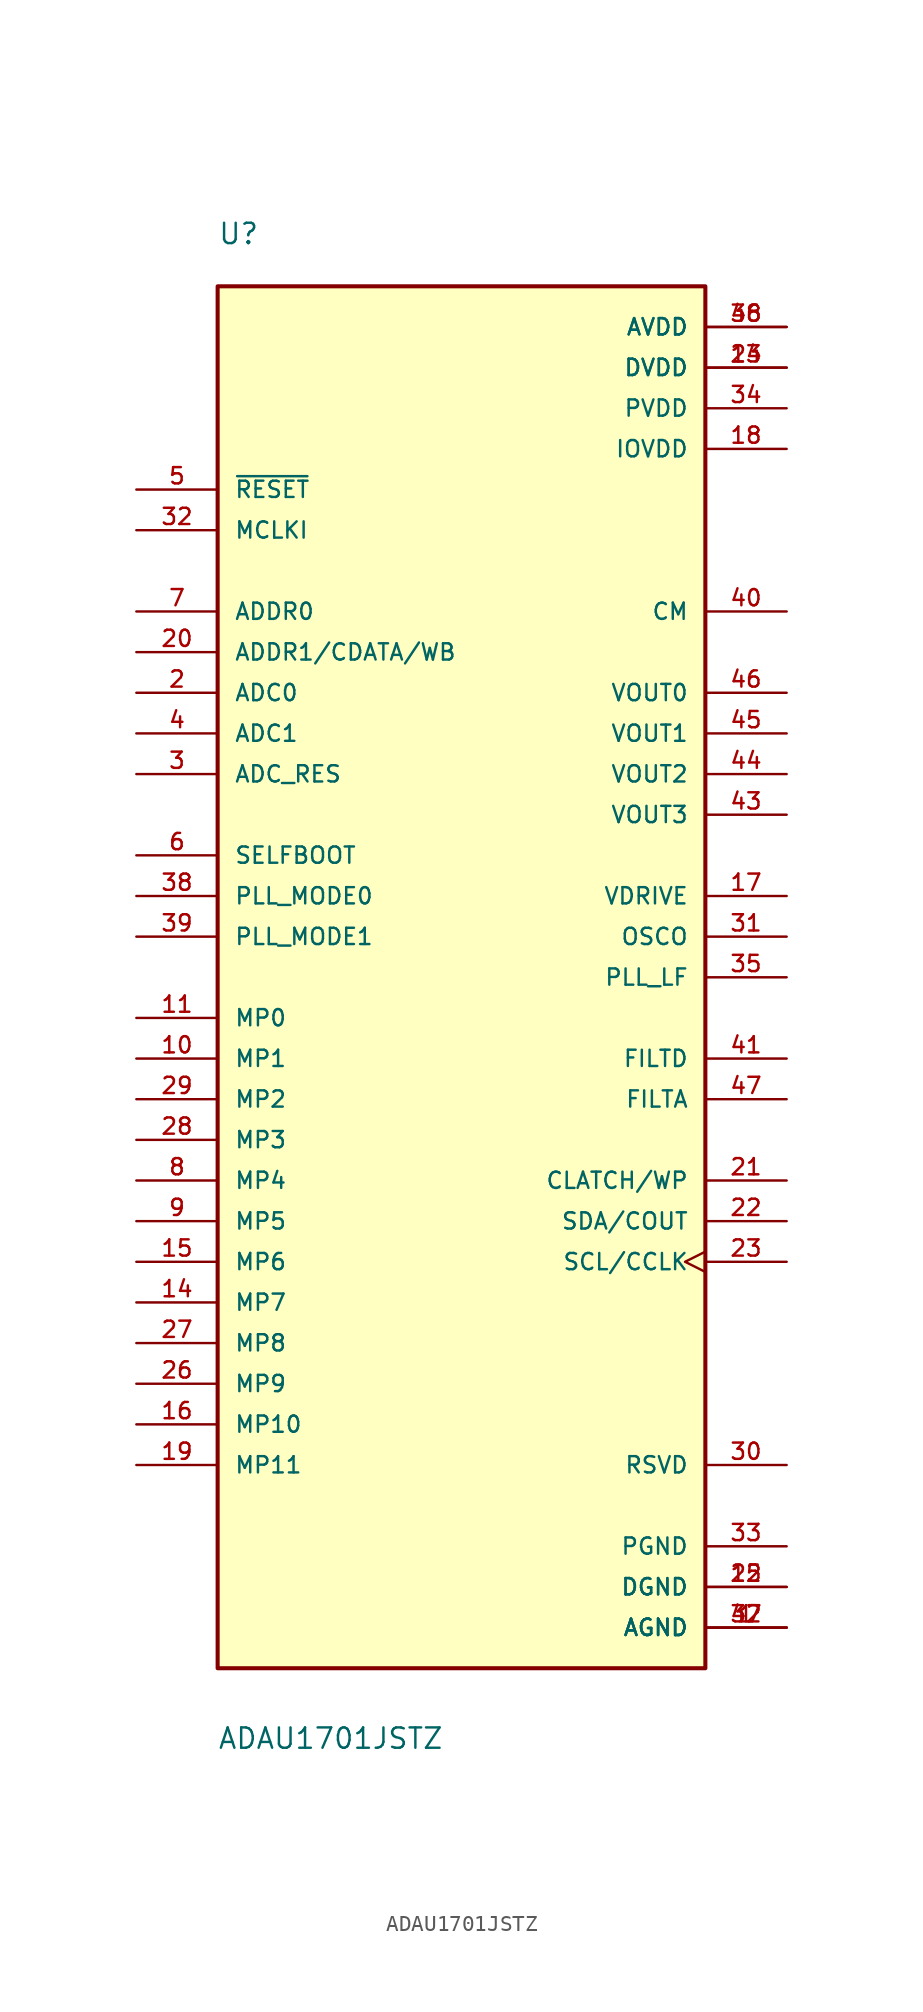
<source format=kicad_sym>
(kicad_symbol_lib
  (version 20211014)
  (generator kicad_symbol_editor)
  (symbol "ADAU1701JSTZ"
    (pin_names
      (offset 1.016))
    (property "Reference" "U"
      (at -15.24 45.72 0)
      (effects (font (size 1.27 1.27)) (justify bottom left)))
    (property "Value" "ADAU1701JSTZ"
      (at -15.26 -48.312 0)
      (effects (font (size 1.27 1.27)) (justify bottom left)))
    (symbol "ADAU1701JSTZ_0_0"
      (rectangle (start -15.24 -43.18) (end 15.24 43.18) (stroke (width 0.254)) (fill (type background)))
      (pin power_in line (at 20.32 40.64 180.0) (length 5.08) (name "AVDD" (effects (font (size 1.016 1.016)))) (number "36" (effects (font (size 1.016 1.016)))))
      (pin power_in line (at 20.32 40.64 180.0) (length 5.08) (name "AVDD" (effects (font (size 1.016 1.016)))) (number "48" (effects (font (size 1.016 1.016)))))
      (pin power_in line (at 20.32 -40.64 180.0) (length 5.08) (name "AGND" (effects (font (size 1.016 1.016)))) (number "1" (effects (font (size 1.016 1.016)))))
      (pin power_in line (at 20.32 -40.64 180.0) (length 5.08) (name "AGND" (effects (font (size 1.016 1.016)))) (number "37" (effects (font (size 1.016 1.016)))))
      (pin power_in line (at 20.32 -40.64 180.0) (length 5.08) (name "AGND" (effects (font (size 1.016 1.016)))) (number "42" (effects (font (size 1.016 1.016)))))
      (pin power_in line (at 20.32 -38.1 180.0) (length 5.08) (name "DGND" (effects (font (size 1.016 1.016)))) (number "12" (effects (font (size 1.016 1.016)))))
      (pin power_in line (at 20.32 -38.1 180.0) (length 5.08) (name "DGND" (effects (font (size 1.016 1.016)))) (number "25" (effects (font (size 1.016 1.016)))))
      (pin input line (at -20.32 17.78 0) (length 5.08) (name "ADC0" (effects (font (size 1.016 1.016)))) (number "2" (effects (font (size 1.016 1.016)))))
      (pin input line (at -20.32 12.7 0) (length 5.08) (name "ADC_RES" (effects (font (size 1.016 1.016)))) (number "3" (effects (font (size 1.016 1.016)))))
      (pin input line (at -20.32 15.24 0) (length 5.08) (name "ADC1" (effects (font (size 1.016 1.016)))) (number "4" (effects (font (size 1.016 1.016)))))
      (pin input line (at -20.32 30.48 0) (length 5.08) (name "~{RESET}" (effects (font (size 1.016 1.016)))) (number "5" (effects (font (size 1.016 1.016)))))
      (pin input line (at -20.32 7.62 0) (length 5.08) (name "SELFBOOT" (effects (font (size 1.016 1.016)))) (number "6" (effects (font (size 1.016 1.016)))))
      (pin input line (at -20.32 22.86 0) (length 5.08) (name "ADDR0" (effects (font (size 1.016 1.016)))) (number "7" (effects (font (size 1.016 1.016)))))
      (pin bidirectional line (at -20.32 -2.54 0) (length 5.08) (name "MP0" (effects (font (size 1.016 1.016)))) (number "11" (effects (font (size 1.016 1.016)))))
      (pin output line (at 20.32 5.08 180.0) (length 5.08) (name "VDRIVE" (effects (font (size 1.016 1.016)))) (number "17" (effects (font (size 1.016 1.016)))))
      (pin power_in line (at 20.32 38.1 180.0) (length 5.08) (name "DVDD" (effects (font (size 1.016 1.016)))) (number "13" (effects (font (size 1.016 1.016)))))
      (pin power_in line (at 20.32 38.1 180.0) (length 5.08) (name "DVDD" (effects (font (size 1.016 1.016)))) (number "24" (effects (font (size 1.016 1.016)))))
      (pin power_in line (at 20.32 33.02 180.0) (length 5.08) (name "IOVDD" (effects (font (size 1.016 1.016)))) (number "18" (effects (font (size 1.016 1.016)))))
      (pin input line (at -20.32 5.08 0) (length 5.08) (name "PLL_MODE0" (effects (font (size 1.016 1.016)))) (number "38" (effects (font (size 1.016 1.016)))))
      (pin input line (at -20.32 2.54 0) (length 5.08) (name "PLL_MODE1" (effects (font (size 1.016 1.016)))) (number "39" (effects (font (size 1.016 1.016)))))
      (pin output line (at 20.32 22.86 180.0) (length 5.08) (name "CM" (effects (font (size 1.016 1.016)))) (number "40" (effects (font (size 1.016 1.016)))))
      (pin input line (at -20.32 27.94 0) (length 5.08) (name "MCLKI" (effects (font (size 1.016 1.016)))) (number "32" (effects (font (size 1.016 1.016)))))
      (pin output line (at 20.32 2.54 180.0) (length 5.08) (name "OSCO" (effects (font (size 1.016 1.016)))) (number "31" (effects (font (size 1.016 1.016)))))
      (pin input line (at -20.32 20.32 0) (length 5.08) (name "ADDR1/CDATA/WB" (effects (font (size 1.016 1.016)))) (number "20" (effects (font (size 1.016 1.016)))))
      (pin bidirectional line (at 20.32 -15.24 180.0) (length 5.08) (name "SDA/COUT" (effects (font (size 1.016 1.016)))) (number "22" (effects (font (size 1.016 1.016)))))
      (pin bidirectional clock (at 20.32 -17.78 180.0) (length 5.08) (name "SCL/CCLK" (effects (font (size 1.016 1.016)))) (number "23" (effects (font (size 1.016 1.016)))))
      (pin output line (at 20.32 0.0 180.0) (length 5.08) (name "PLL_LF" (effects (font (size 1.016 1.016)))) (number "35" (effects (font (size 1.016 1.016)))))
      (pin output line (at 20.32 17.78 180.0) (length 5.08) (name "VOUT0" (effects (font (size 1.016 1.016)))) (number "46" (effects (font (size 1.016 1.016)))))
      (pin output line (at 20.32 -5.08 180.0) (length 5.08) (name "FILTD" (effects (font (size 1.016 1.016)))) (number "41" (effects (font (size 1.016 1.016)))))
      (pin output line (at 20.32 -7.62 180.0) (length 5.08) (name "FILTA" (effects (font (size 1.016 1.016)))) (number "47" (effects (font (size 1.016 1.016)))))
      (pin output line (at 20.32 15.24 180.0) (length 5.08) (name "VOUT1" (effects (font (size 1.016 1.016)))) (number "45" (effects (font (size 1.016 1.016)))))
      (pin output line (at 20.32 12.7 180.0) (length 5.08) (name "VOUT2" (effects (font (size 1.016 1.016)))) (number "44" (effects (font (size 1.016 1.016)))))
      (pin output line (at 20.32 10.16 180.0) (length 5.08) (name "VOUT3" (effects (font (size 1.016 1.016)))) (number "43" (effects (font (size 1.016 1.016)))))
      (pin bidirectional line (at -20.32 -5.08 0) (length 5.08) (name "MP1" (effects (font (size 1.016 1.016)))) (number "10" (effects (font (size 1.016 1.016)))))
      (pin bidirectional line (at -20.32 -7.62 0) (length 5.08) (name "MP2" (effects (font (size 1.016 1.016)))) (number "29" (effects (font (size 1.016 1.016)))))
      (pin bidirectional line (at -20.32 -10.16 0) (length 5.08) (name "MP3" (effects (font (size 1.016 1.016)))) (number "28" (effects (font (size 1.016 1.016)))))
      (pin bidirectional line (at -20.32 -12.7 0) (length 5.08) (name "MP4" (effects (font (size 1.016 1.016)))) (number "8" (effects (font (size 1.016 1.016)))))
      (pin bidirectional line (at -20.32 -15.24 0) (length 5.08) (name "MP5" (effects (font (size 1.016 1.016)))) (number "9" (effects (font (size 1.016 1.016)))))
      (pin bidirectional line (at -20.32 -17.78 0) (length 5.08) (name "MP6" (effects (font (size 1.016 1.016)))) (number "15" (effects (font (size 1.016 1.016)))))
      (pin bidirectional line (at -20.32 -20.32 0) (length 5.08) (name "MP7" (effects (font (size 1.016 1.016)))) (number "14" (effects (font (size 1.016 1.016)))))
      (pin bidirectional line (at -20.32 -22.86 0) (length 5.08) (name "MP8" (effects (font (size 1.016 1.016)))) (number "27" (effects (font (size 1.016 1.016)))))
      (pin bidirectional line (at -20.32 -25.4 0) (length 5.08) (name "MP9" (effects (font (size 1.016 1.016)))) (number "26" (effects (font (size 1.016 1.016)))))
      (pin bidirectional line (at -20.32 -27.94 0) (length 5.08) (name "MP10" (effects (font (size 1.016 1.016)))) (number "16" (effects (font (size 1.016 1.016)))))
      (pin bidirectional line (at -20.32 -30.48 0) (length 5.08) (name "MP11" (effects (font (size 1.016 1.016)))) (number "19" (effects (font (size 1.016 1.016)))))
      (pin bidirectional line (at 20.32 -12.7 180.0) (length 5.08) (name "CLATCH/WP" (effects (font (size 1.016 1.016)))) (number "21" (effects (font (size 1.016 1.016)))))
      (pin power_in line (at 20.32 -35.56 180.0) (length 5.08) (name "PGND" (effects (font (size 1.016 1.016)))) (number "33" (effects (font (size 1.016 1.016)))))
      (pin power_in line (at 20.32 35.56 180.0) (length 5.08) (name "PVDD" (effects (font (size 1.016 1.016)))) (number "34" (effects (font (size 1.016 1.016)))))
      (pin passive line (at 20.32 -30.48 180.0) (length 5.08) (name "RSVD" (effects (font (size 1.016 1.016)))) (number "30" (effects (font (size 1.016 1.016))))))))
</source>
